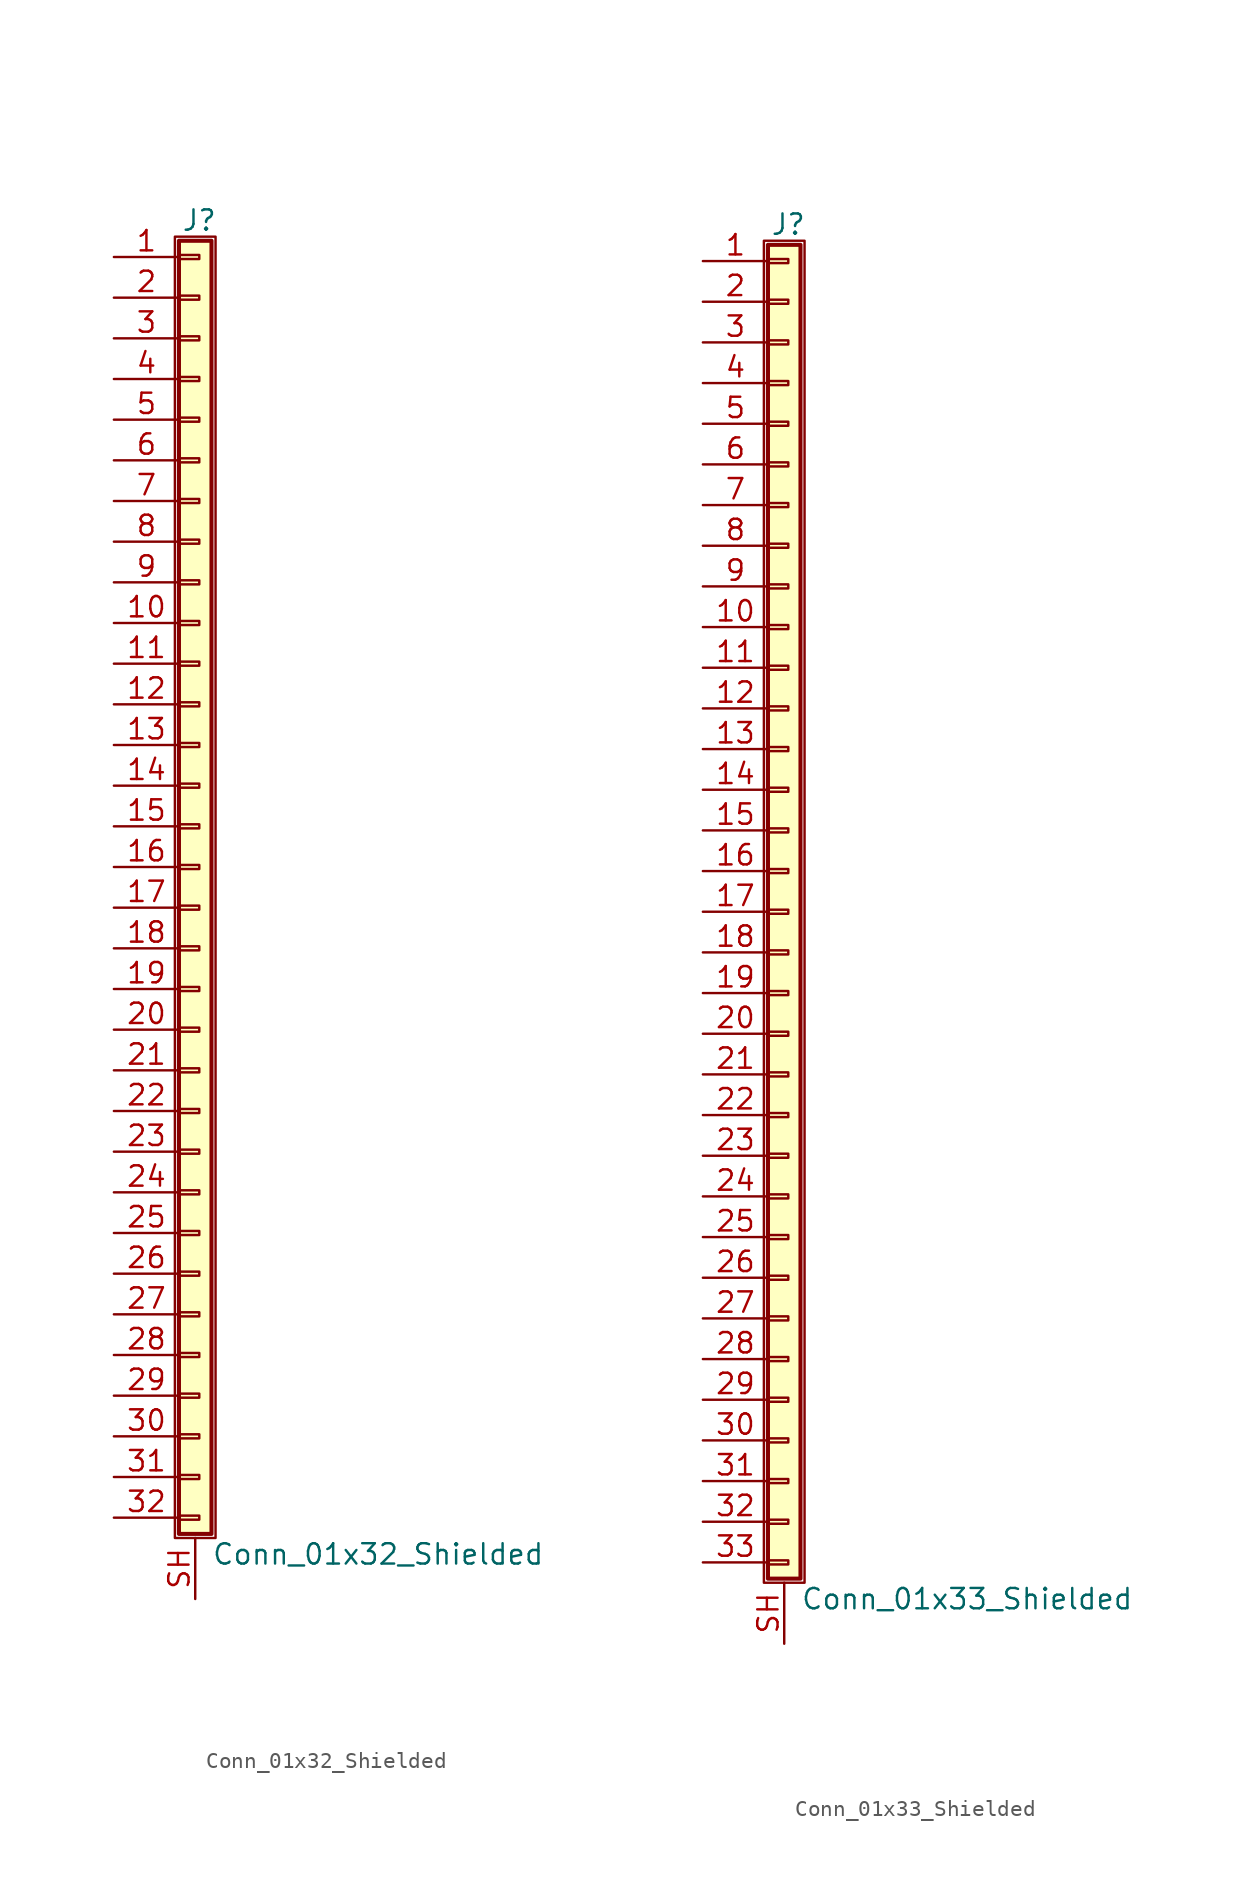
<source format=kicad_sym>
(kicad_symbol_lib
  (version 20201005)
  (generator kicad_symbol_editor)
  (symbol "Connector_Generic_Shielded:Conn_01x32_Shielded"
    (pin_names
      (offset 1.016) hide)
    (property "Reference" "J"
      (at 0.254 40.386 0)
      (effects (font (size 1.27 1.27))))
    (property "Value" "Conn_01x32_Shielded"
      (at 1.016 -42.926 0)
      (effects (font (size 1.27 1.27)) (justify left)))
    (symbol "Conn_01x32_Shielded_1_1"
      (rectangle (start -1.016 -27.813) (end 0.254 -28.067) (stroke (width 0.152)) (fill (type none)))
      (rectangle (start -1.016 -30.353) (end 0.254 -30.607) (stroke (width 0.152)) (fill (type none)))
      (rectangle (start -1.016 -32.893) (end 0.254 -33.147) (stroke (width 0.152)) (fill (type none)))
      (rectangle (start -1.016 -35.433) (end 0.254 -35.687) (stroke (width 0.152)) (fill (type none)))
      (rectangle (start -1.016 -37.973) (end 0.254 -38.227) (stroke (width 0.152)) (fill (type none)))
      (rectangle (start -1.016 -40.513) (end 0.254 -40.767) (stroke (width 0.152)) (fill (type none)))
      (rectangle (start -1.016 -4.953) (end 0.254 -5.207) (stroke (width 0.152)) (fill (type none)))
      (rectangle (start -1.016 -7.493) (end 0.254 -7.747) (stroke (width 0.152)) (fill (type none)))
      (rectangle (start -1.016 -10.033) (end 0.254 -10.287) (stroke (width 0.152)) (fill (type none)))
      (rectangle (start -1.016 -12.573) (end 0.254 -12.827) (stroke (width 0.152)) (fill (type none)))
      (rectangle (start -1.016 -15.113) (end 0.254 -15.367) (stroke (width 0.152)) (fill (type none)))
      (rectangle (start -1.016 -17.653) (end 0.254 -17.907) (stroke (width 0.152)) (fill (type none)))
      (rectangle (start -1.016 -20.193) (end 0.254 -20.447) (stroke (width 0.152)) (fill (type none)))
      (rectangle (start -1.016 -22.733) (end 0.254 -22.987) (stroke (width 0.152)) (fill (type none)))
      (rectangle (start -1.016 -2.413) (end 0.254 -2.667) (stroke (width 0.152)) (fill (type none)))
      (rectangle (start -1.016 -25.273) (end 0.254 -25.527) (stroke (width 0.152)) (fill (type none)))
      (rectangle (start -1.016 25.527) (end 0.254 25.273) (stroke (width 0.152)) (fill (type none)))
      (rectangle (start -1.016 2.667) (end 0.254 2.413) (stroke (width 0.152)) (fill (type none)))
      (rectangle (start -1.016 28.067) (end 0.254 27.813) (stroke (width 0.152)) (fill (type none)))
      (rectangle (start -1.016 30.607) (end 0.254 30.353) (stroke (width 0.152)) (fill (type none)))
      (rectangle (start -1.016 33.147) (end 0.254 32.893) (stroke (width 0.152)) (fill (type none)))
      (rectangle (start -1.016 35.687) (end 0.254 35.433) (stroke (width 0.152)) (fill (type none)))
      (rectangle (start -1.016 38.227) (end 0.254 37.973) (stroke (width 0.152)) (fill (type none)))
      (rectangle (start -1.016 39.116) (end 1.016 -41.656) (stroke (width 0.254)) (fill (type background)))
      (rectangle (start -1.016 5.207) (end 0.254 4.953) (stroke (width 0.152)) (fill (type none)))
      (rectangle (start -1.016 7.747) (end 0.254 7.493) (stroke (width 0.152)) (fill (type none)))
      (rectangle (start -1.016 10.287) (end 0.254 10.033) (stroke (width 0.152)) (fill (type none)))
      (rectangle (start -1.016 0.127) (end 0.254 -0.127) (stroke (width 0.152)) (fill (type none)))
      (rectangle (start -1.016 12.827) (end 0.254 12.573) (stroke (width 0.152)) (fill (type none)))
      (rectangle (start -1.016 15.367) (end 0.254 15.113) (stroke (width 0.152)) (fill (type none)))
      (rectangle (start -1.016 17.907) (end 0.254 17.653) (stroke (width 0.152)) (fill (type none)))
      (rectangle (start -1.016 20.447) (end 0.254 20.193) (stroke (width 0.152)) (fill (type none)))
      (rectangle (start -1.016 22.987) (end 0.254 22.733) (stroke (width 0.152)) (fill (type none)))
      (rectangle (start -1.27 39.37) (end 1.27 -41.91) (stroke (width 0.152)) (fill (type none)))
      (pin passive line (at -5.08 38.1 0) (length 4.064) (name "Pin_1" (effects (font (size 1.27 1.27)))) (number "1" (effects (font (size 1.27 1.27)))))
      (pin passive line (at -5.08 15.24 0) (length 4.064) (name "Pin_10" (effects (font (size 1.27 1.27)))) (number "10" (effects (font (size 1.27 1.27)))))
      (pin passive line (at -5.08 12.7 0) (length 4.064) (name "Pin_11" (effects (font (size 1.27 1.27)))) (number "11" (effects (font (size 1.27 1.27)))))
      (pin passive line (at -5.08 10.16 0) (length 4.064) (name "Pin_12" (effects (font (size 1.27 1.27)))) (number "12" (effects (font (size 1.27 1.27)))))
      (pin passive line (at -5.08 7.62 0) (length 4.064) (name "Pin_13" (effects (font (size 1.27 1.27)))) (number "13" (effects (font (size 1.27 1.27)))))
      (pin passive line (at -5.08 5.08 0) (length 4.064) (name "Pin_14" (effects (font (size 1.27 1.27)))) (number "14" (effects (font (size 1.27 1.27)))))
      (pin passive line (at -5.08 2.54 0) (length 4.064) (name "Pin_15" (effects (font (size 1.27 1.27)))) (number "15" (effects (font (size 1.27 1.27)))))
      (pin passive line (at -5.08 0 0) (length 4.064) (name "Pin_16" (effects (font (size 1.27 1.27)))) (number "16" (effects (font (size 1.27 1.27)))))
      (pin passive line (at -5.08 -2.54 0) (length 4.064) (name "Pin_17" (effects (font (size 1.27 1.27)))) (number "17" (effects (font (size 1.27 1.27)))))
      (pin passive line (at -5.08 -5.08 0) (length 4.064) (name "Pin_18" (effects (font (size 1.27 1.27)))) (number "18" (effects (font (size 1.27 1.27)))))
      (pin passive line (at -5.08 -7.62 0) (length 4.064) (name "Pin_19" (effects (font (size 1.27 1.27)))) (number "19" (effects (font (size 1.27 1.27)))))
      (pin passive line (at -5.08 35.56 0) (length 4.064) (name "Pin_2" (effects (font (size 1.27 1.27)))) (number "2" (effects (font (size 1.27 1.27)))))
      (pin passive line (at -5.08 -10.16 0) (length 4.064) (name "Pin_20" (effects (font (size 1.27 1.27)))) (number "20" (effects (font (size 1.27 1.27)))))
      (pin passive line (at -5.08 -12.7 0) (length 4.064) (name "Pin_21" (effects (font (size 1.27 1.27)))) (number "21" (effects (font (size 1.27 1.27)))))
      (pin passive line (at -5.08 -15.24 0) (length 4.064) (name "Pin_22" (effects (font (size 1.27 1.27)))) (number "22" (effects (font (size 1.27 1.27)))))
      (pin passive line (at -5.08 -17.78 0) (length 4.064) (name "Pin_23" (effects (font (size 1.27 1.27)))) (number "23" (effects (font (size 1.27 1.27)))))
      (pin passive line (at -5.08 -20.32 0) (length 4.064) (name "Pin_24" (effects (font (size 1.27 1.27)))) (number "24" (effects (font (size 1.27 1.27)))))
      (pin passive line (at -5.08 -22.86 0) (length 4.064) (name "Pin_25" (effects (font (size 1.27 1.27)))) (number "25" (effects (font (size 1.27 1.27)))))
      (pin passive line (at -5.08 -25.4 0) (length 4.064) (name "Pin_26" (effects (font (size 1.27 1.27)))) (number "26" (effects (font (size 1.27 1.27)))))
      (pin passive line (at -5.08 -27.94 0) (length 4.064) (name "Pin_27" (effects (font (size 1.27 1.27)))) (number "27" (effects (font (size 1.27 1.27)))))
      (pin passive line (at -5.08 -30.48 0) (length 4.064) (name "Pin_28" (effects (font (size 1.27 1.27)))) (number "28" (effects (font (size 1.27 1.27)))))
      (pin passive line (at -5.08 -33.02 0) (length 4.064) (name "Pin_29" (effects (font (size 1.27 1.27)))) (number "29" (effects (font (size 1.27 1.27)))))
      (pin passive line (at -5.08 33.02 0) (length 4.064) (name "Pin_3" (effects (font (size 1.27 1.27)))) (number "3" (effects (font (size 1.27 1.27)))))
      (pin passive line (at -5.08 -35.56 0) (length 4.064) (name "Pin_30" (effects (font (size 1.27 1.27)))) (number "30" (effects (font (size 1.27 1.27)))))
      (pin passive line (at -5.08 -38.1 0) (length 4.064) (name "Pin_31" (effects (font (size 1.27 1.27)))) (number "31" (effects (font (size 1.27 1.27)))))
      (pin passive line (at -5.08 -40.64 0) (length 4.064) (name "Pin_32" (effects (font (size 1.27 1.27)))) (number "32" (effects (font (size 1.27 1.27)))))
      (pin passive line (at -5.08 30.48 0) (length 4.064) (name "Pin_4" (effects (font (size 1.27 1.27)))) (number "4" (effects (font (size 1.27 1.27)))))
      (pin passive line (at -5.08 27.94 0) (length 4.064) (name "Pin_5" (effects (font (size 1.27 1.27)))) (number "5" (effects (font (size 1.27 1.27)))))
      (pin passive line (at -5.08 25.4 0) (length 4.064) (name "Pin_6" (effects (font (size 1.27 1.27)))) (number "6" (effects (font (size 1.27 1.27)))))
      (pin passive line (at -5.08 22.86 0) (length 4.064) (name "Pin_7" (effects (font (size 1.27 1.27)))) (number "7" (effects (font (size 1.27 1.27)))))
      (pin passive line (at -5.08 20.32 0) (length 4.064) (name "Pin_8" (effects (font (size 1.27 1.27)))) (number "8" (effects (font (size 1.27 1.27)))))
      (pin passive line (at -5.08 17.78 0) (length 4.064) (name "Pin_9" (effects (font (size 1.27 1.27)))) (number "9" (effects (font (size 1.27 1.27)))))
      (pin passive line (at 0 -45.72 90) (length 3.81) (name "Shield" (effects (font (size 1.27 1.27)))) (number "SH" (effects (font (size 1.27 1.27)))))))
  (symbol "Connector_Generic_Shielded:Conn_01x33_Shielded"
    (pin_names
      (offset 1.016) hide)
    (property "Reference" "J"
      (at 0.254 42.926 0)
      (effects (font (size 1.27 1.27))))
    (property "Value" "Conn_01x33_Shielded"
      (at 1.016 -42.926 0)
      (effects (font (size 1.27 1.27)) (justify left)))
    (symbol "Conn_01x33_Shielded_1_1"
      (rectangle (start -1.016 -27.813) (end 0.254 -28.067) (stroke (width 0.152)) (fill (type none)))
      (rectangle (start -1.016 -30.353) (end 0.254 -30.607) (stroke (width 0.152)) (fill (type none)))
      (rectangle (start -1.016 -32.893) (end 0.254 -33.147) (stroke (width 0.152)) (fill (type none)))
      (rectangle (start -1.016 -35.433) (end 0.254 -35.687) (stroke (width 0.152)) (fill (type none)))
      (rectangle (start -1.016 -37.973) (end 0.254 -38.227) (stroke (width 0.152)) (fill (type none)))
      (rectangle (start -1.016 -40.513) (end 0.254 -40.767) (stroke (width 0.152)) (fill (type none)))
      (rectangle (start -1.016 -4.953) (end 0.254 -5.207) (stroke (width 0.152)) (fill (type none)))
      (rectangle (start -1.016 -7.493) (end 0.254 -7.747) (stroke (width 0.152)) (fill (type none)))
      (rectangle (start -1.016 -10.033) (end 0.254 -10.287) (stroke (width 0.152)) (fill (type none)))
      (rectangle (start -1.016 -12.573) (end 0.254 -12.827) (stroke (width 0.152)) (fill (type none)))
      (rectangle (start -1.016 -15.113) (end 0.254 -15.367) (stroke (width 0.152)) (fill (type none)))
      (rectangle (start -1.016 -17.653) (end 0.254 -17.907) (stroke (width 0.152)) (fill (type none)))
      (rectangle (start -1.016 -20.193) (end 0.254 -20.447) (stroke (width 0.152)) (fill (type none)))
      (rectangle (start -1.016 -22.733) (end 0.254 -22.987) (stroke (width 0.152)) (fill (type none)))
      (rectangle (start -1.016 -2.413) (end 0.254 -2.667) (stroke (width 0.152)) (fill (type none)))
      (rectangle (start -1.016 -25.273) (end 0.254 -25.527) (stroke (width 0.152)) (fill (type none)))
      (rectangle (start -1.016 25.527) (end 0.254 25.273) (stroke (width 0.152)) (fill (type none)))
      (rectangle (start -1.016 2.667) (end 0.254 2.413) (stroke (width 0.152)) (fill (type none)))
      (rectangle (start -1.016 28.067) (end 0.254 27.813) (stroke (width 0.152)) (fill (type none)))
      (rectangle (start -1.016 30.607) (end 0.254 30.353) (stroke (width 0.152)) (fill (type none)))
      (rectangle (start -1.016 33.147) (end 0.254 32.893) (stroke (width 0.152)) (fill (type none)))
      (rectangle (start -1.016 35.687) (end 0.254 35.433) (stroke (width 0.152)) (fill (type none)))
      (rectangle (start -1.016 38.227) (end 0.254 37.973) (stroke (width 0.152)) (fill (type none)))
      (rectangle (start -1.016 40.767) (end 0.254 40.513) (stroke (width 0.152)) (fill (type none)))
      (rectangle (start -1.016 41.656) (end 1.016 -41.656) (stroke (width 0.254)) (fill (type background)))
      (rectangle (start -1.016 5.207) (end 0.254 4.953) (stroke (width 0.152)) (fill (type none)))
      (rectangle (start -1.016 7.747) (end 0.254 7.493) (stroke (width 0.152)) (fill (type none)))
      (rectangle (start -1.016 10.287) (end 0.254 10.033) (stroke (width 0.152)) (fill (type none)))
      (rectangle (start -1.016 0.127) (end 0.254 -0.127) (stroke (width 0.152)) (fill (type none)))
      (rectangle (start -1.016 12.827) (end 0.254 12.573) (stroke (width 0.152)) (fill (type none)))
      (rectangle (start -1.016 15.367) (end 0.254 15.113) (stroke (width 0.152)) (fill (type none)))
      (rectangle (start -1.016 17.907) (end 0.254 17.653) (stroke (width 0.152)) (fill (type none)))
      (rectangle (start -1.016 20.447) (end 0.254 20.193) (stroke (width 0.152)) (fill (type none)))
      (rectangle (start -1.016 22.987) (end 0.254 22.733) (stroke (width 0.152)) (fill (type none)))
      (rectangle (start -1.27 41.91) (end 1.27 -41.91) (stroke (width 0.152)) (fill (type none)))
      (pin passive line (at -5.08 40.64 0) (length 4.064) (name "Pin_1" (effects (font (size 1.27 1.27)))) (number "1" (effects (font (size 1.27 1.27)))))
      (pin passive line (at -5.08 17.78 0) (length 4.064) (name "Pin_10" (effects (font (size 1.27 1.27)))) (number "10" (effects (font (size 1.27 1.27)))))
      (pin passive line (at -5.08 15.24 0) (length 4.064) (name "Pin_11" (effects (font (size 1.27 1.27)))) (number "11" (effects (font (size 1.27 1.27)))))
      (pin passive line (at -5.08 12.7 0) (length 4.064) (name "Pin_12" (effects (font (size 1.27 1.27)))) (number "12" (effects (font (size 1.27 1.27)))))
      (pin passive line (at -5.08 10.16 0) (length 4.064) (name "Pin_13" (effects (font (size 1.27 1.27)))) (number "13" (effects (font (size 1.27 1.27)))))
      (pin passive line (at -5.08 7.62 0) (length 4.064) (name "Pin_14" (effects (font (size 1.27 1.27)))) (number "14" (effects (font (size 1.27 1.27)))))
      (pin passive line (at -5.08 5.08 0) (length 4.064) (name "Pin_15" (effects (font (size 1.27 1.27)))) (number "15" (effects (font (size 1.27 1.27)))))
      (pin passive line (at -5.08 2.54 0) (length 4.064) (name "Pin_16" (effects (font (size 1.27 1.27)))) (number "16" (effects (font (size 1.27 1.27)))))
      (pin passive line (at -5.08 0 0) (length 4.064) (name "Pin_17" (effects (font (size 1.27 1.27)))) (number "17" (effects (font (size 1.27 1.27)))))
      (pin passive line (at -5.08 -2.54 0) (length 4.064) (name "Pin_18" (effects (font (size 1.27 1.27)))) (number "18" (effects (font (size 1.27 1.27)))))
      (pin passive line (at -5.08 -5.08 0) (length 4.064) (name "Pin_19" (effects (font (size 1.27 1.27)))) (number "19" (effects (font (size 1.27 1.27)))))
      (pin passive line (at -5.08 38.1 0) (length 4.064) (name "Pin_2" (effects (font (size 1.27 1.27)))) (number "2" (effects (font (size 1.27 1.27)))))
      (pin passive line (at -5.08 -7.62 0) (length 4.064) (name "Pin_20" (effects (font (size 1.27 1.27)))) (number "20" (effects (font (size 1.27 1.27)))))
      (pin passive line (at -5.08 -10.16 0) (length 4.064) (name "Pin_21" (effects (font (size 1.27 1.27)))) (number "21" (effects (font (size 1.27 1.27)))))
      (pin passive line (at -5.08 -12.7 0) (length 4.064) (name "Pin_22" (effects (font (size 1.27 1.27)))) (number "22" (effects (font (size 1.27 1.27)))))
      (pin passive line (at -5.08 -15.24 0) (length 4.064) (name "Pin_23" (effects (font (size 1.27 1.27)))) (number "23" (effects (font (size 1.27 1.27)))))
      (pin passive line (at -5.08 -17.78 0) (length 4.064) (name "Pin_24" (effects (font (size 1.27 1.27)))) (number "24" (effects (font (size 1.27 1.27)))))
      (pin passive line (at -5.08 -20.32 0) (length 4.064) (name "Pin_25" (effects (font (size 1.27 1.27)))) (number "25" (effects (font (size 1.27 1.27)))))
      (pin passive line (at -5.08 -22.86 0) (length 4.064) (name "Pin_26" (effects (font (size 1.27 1.27)))) (number "26" (effects (font (size 1.27 1.27)))))
      (pin passive line (at -5.08 -25.4 0) (length 4.064) (name "Pin_27" (effects (font (size 1.27 1.27)))) (number "27" (effects (font (size 1.27 1.27)))))
      (pin passive line (at -5.08 -27.94 0) (length 4.064) (name "Pin_28" (effects (font (size 1.27 1.27)))) (number "28" (effects (font (size 1.27 1.27)))))
      (pin passive line (at -5.08 -30.48 0) (length 4.064) (name "Pin_29" (effects (font (size 1.27 1.27)))) (number "29" (effects (font (size 1.27 1.27)))))
      (pin passive line (at -5.08 35.56 0) (length 4.064) (name "Pin_3" (effects (font (size 1.27 1.27)))) (number "3" (effects (font (size 1.27 1.27)))))
      (pin passive line (at -5.08 -33.02 0) (length 4.064) (name "Pin_30" (effects (font (size 1.27 1.27)))) (number "30" (effects (font (size 1.27 1.27)))))
      (pin passive line (at -5.08 -35.56 0) (length 4.064) (name "Pin_31" (effects (font (size 1.27 1.27)))) (number "31" (effects (font (size 1.27 1.27)))))
      (pin passive line (at -5.08 -38.1 0) (length 4.064) (name "Pin_32" (effects (font (size 1.27 1.27)))) (number "32" (effects (font (size 1.27 1.27)))))
      (pin passive line (at -5.08 -40.64 0) (length 4.064) (name "Pin_33" (effects (font (size 1.27 1.27)))) (number "33" (effects (font (size 1.27 1.27)))))
      (pin passive line (at -5.08 33.02 0) (length 4.064) (name "Pin_4" (effects (font (size 1.27 1.27)))) (number "4" (effects (font (size 1.27 1.27)))))
      (pin passive line (at -5.08 30.48 0) (length 4.064) (name "Pin_5" (effects (font (size 1.27 1.27)))) (number "5" (effects (font (size 1.27 1.27)))))
      (pin passive line (at -5.08 27.94 0) (length 4.064) (name "Pin_6" (effects (font (size 1.27 1.27)))) (number "6" (effects (font (size 1.27 1.27)))))
      (pin passive line (at -5.08 25.4 0) (length 4.064) (name "Pin_7" (effects (font (size 1.27 1.27)))) (number "7" (effects (font (size 1.27 1.27)))))
      (pin passive line (at -5.08 22.86 0) (length 4.064) (name "Pin_8" (effects (font (size 1.27 1.27)))) (number "8" (effects (font (size 1.27 1.27)))))
      (pin passive line (at -5.08 20.32 0) (length 4.064) (name "Pin_9" (effects (font (size 1.27 1.27)))) (number "9" (effects (font (size 1.27 1.27)))))
      (pin passive line (at 0 -45.72 90) (length 3.81) (name "Shield" (effects (font (size 1.27 1.27)))) (number "SH" (effects (font (size 1.27 1.27))))))))
</source>
